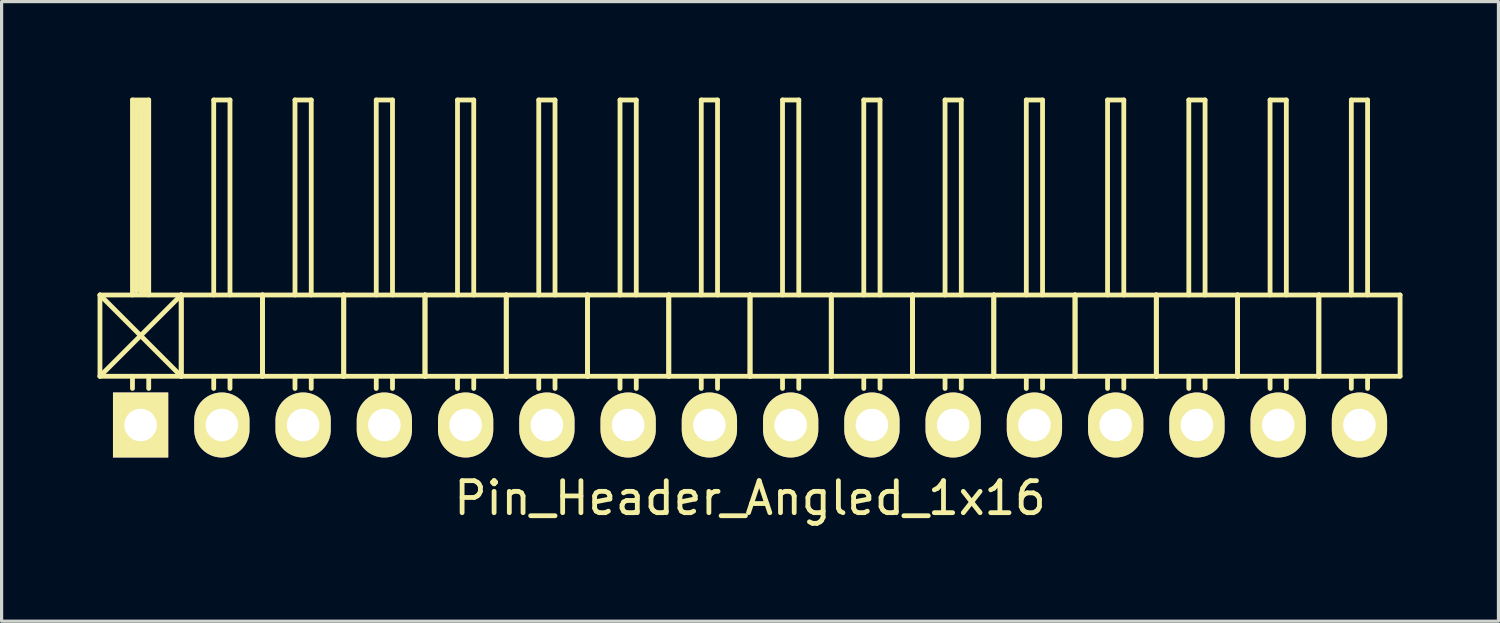
<source format=kicad_pcb>
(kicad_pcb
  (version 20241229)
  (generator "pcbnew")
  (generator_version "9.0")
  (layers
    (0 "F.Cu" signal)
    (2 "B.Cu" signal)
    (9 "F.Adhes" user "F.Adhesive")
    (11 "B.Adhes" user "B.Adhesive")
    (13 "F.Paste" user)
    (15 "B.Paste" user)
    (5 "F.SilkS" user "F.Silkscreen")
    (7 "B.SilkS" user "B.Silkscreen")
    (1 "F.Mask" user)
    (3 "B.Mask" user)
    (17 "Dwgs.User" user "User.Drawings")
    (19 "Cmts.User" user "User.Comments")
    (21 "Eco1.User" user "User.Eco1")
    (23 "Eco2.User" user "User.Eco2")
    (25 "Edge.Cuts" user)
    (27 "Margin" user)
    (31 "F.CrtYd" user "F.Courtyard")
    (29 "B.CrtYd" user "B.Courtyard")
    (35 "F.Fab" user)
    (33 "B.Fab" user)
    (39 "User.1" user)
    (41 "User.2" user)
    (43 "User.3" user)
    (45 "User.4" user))
  (footprint "Pin_Header_Angled_1x16"
    (layer "F.Cu")
    (at 20.395 10.235)
    (property "Reference" "Pin_Header_Angled_1x16" (at 0 2.286 0) (layer "F.SilkS") (effects (font (size 1 1) (thickness 0.15))))
    (attr through_hole)
    (fp_line (start -20.32 -4.064) (end -17.78 -1.524) (stroke (width 0.15) (type solid)) (layer "F.SilkS"))
    (fp_line (start -20.32 -1.524) (end -20.32 -4.064) (stroke (width 0.15) (type solid)) (layer "F.SilkS"))
    (fp_line (start -20.32 -1.524) (end -17.78 -1.524) (stroke (width 0.15) (type solid)) (layer "F.SilkS"))
    (fp_line (start -19.304 -10.16) (end -18.796 -10.16) (stroke (width 0.15) (type solid)) (layer "F.SilkS"))
    (fp_line (start -19.304 -4.064) (end -19.304 -10.16) (stroke (width 0.15) (type solid)) (layer "F.SilkS"))
    (fp_line (start -19.304 -1.524) (end -19.304 -1.143) (stroke (width 0.15) (type solid)) (layer "F.SilkS"))
    (fp_line (start -19.177 -10.033) (end -18.923 -10.033) (stroke (width 0.15) (type solid)) (layer "F.SilkS"))
    (fp_line (start -19.177 -4.191) (end -19.177 -10.033) (stroke (width 0.15) (type solid)) (layer "F.SilkS"))
    (fp_line (start -19.05 -4.191) (end -19.05 -10.033) (stroke (width 0.15) (type solid)) (layer "F.SilkS"))
    (fp_line (start -18.923 -10.033) (end -18.923 -4.191) (stroke (width 0.15) (type solid)) (layer "F.SilkS"))
    (fp_line (start -18.923 -4.191) (end -19.05 -4.191) (stroke (width 0.15) (type solid)) (layer "F.SilkS"))
    (fp_line (start -18.796 -10.16) (end -18.796 -4.064) (stroke (width 0.15) (type solid)) (layer "F.SilkS"))
    (fp_line (start -18.796 -1.524) (end -18.796 -1.143) (stroke (width 0.15) (type solid)) (layer "F.SilkS"))
    (fp_line (start -17.78 -4.064) (end -20.32 -4.064) (stroke (width 0.15) (type solid)) (layer "F.SilkS"))
    (fp_line (start -17.78 -4.064) (end -20.32 -1.524) (stroke (width 0.15) (type solid)) (layer "F.SilkS"))
    (fp_line (start -17.78 -1.524) (end -17.78 -4.064) (stroke (width 0.15) (type solid)) (layer "F.SilkS"))
    (fp_line (start -17.78 -1.524) (end -17.78 -4.064) (stroke (width 0.15) (type solid)) (layer "F.SilkS"))
    (fp_line (start -17.78 -1.524) (end -15.24 -1.524) (stroke (width 0.15) (type solid)) (layer "F.SilkS"))
    (fp_line (start -16.764 -10.16) (end -16.256 -10.16) (stroke (width 0.15) (type solid)) (layer "F.SilkS"))
    (fp_line (start -16.764 -4.064) (end -16.764 -10.16) (stroke (width 0.15) (type solid)) (layer "F.SilkS"))
    (fp_line (start -16.764 -1.524) (end -16.764 -1.143) (stroke (width 0.15) (type solid)) (layer "F.SilkS"))
    (fp_line (start -16.256 -10.16) (end -16.256 -4.064) (stroke (width 0.15) (type solid)) (layer "F.SilkS"))
    (fp_line (start -16.256 -1.524) (end -16.256 -1.143) (stroke (width 0.15) (type solid)) (layer "F.SilkS"))
    (fp_line (start -15.24 -4.064) (end -17.78 -4.064) (stroke (width 0.15) (type solid)) (layer "F.SilkS"))
    (fp_line (start -15.24 -1.524) (end -15.24 -4.064) (stroke (width 0.15) (type solid)) (layer "F.SilkS"))
    (fp_line (start -15.24 -1.524) (end -15.24 -4.064) (stroke (width 0.15) (type solid)) (layer "F.SilkS"))
    (fp_line (start -15.24 -1.524) (end -12.7 -1.524) (stroke (width 0.15) (type solid)) (layer "F.SilkS"))
    (fp_line (start -14.224 -10.16) (end -13.716 -10.16) (stroke (width 0.15) (type solid)) (layer "F.SilkS"))
    (fp_line (start -14.224 -4.064) (end -14.224 -10.16) (stroke (width 0.15) (type solid)) (layer "F.SilkS"))
    (fp_line (start -14.224 -1.524) (end -14.224 -1.143) (stroke (width 0.15) (type solid)) (layer "F.SilkS"))
    (fp_line (start -13.716 -10.16) (end -13.716 -4.064) (stroke (width 0.15) (type solid)) (layer "F.SilkS"))
    (fp_line (start -13.716 -1.524) (end -13.716 -1.143) (stroke (width 0.15) (type solid)) (layer "F.SilkS"))
    (fp_line (start -12.7 -4.064) (end -15.24 -4.064) (stroke (width 0.15) (type solid)) (layer "F.SilkS"))
    (fp_line (start -12.7 -1.524) (end -12.7 -4.064) (stroke (width 0.15) (type solid)) (layer "F.SilkS"))
    (fp_line (start -12.7 -1.524) (end -12.7 -4.064) (stroke (width 0.15) (type solid)) (layer "F.SilkS"))
    (fp_line (start -12.7 -1.524) (end -10.16 -1.524) (stroke (width 0.15) (type solid)) (layer "F.SilkS"))
    (fp_line (start -11.684 -10.16) (end -11.176 -10.16) (stroke (width 0.15) (type solid)) (layer "F.SilkS"))
    (fp_line (start -11.684 -4.064) (end -11.684 -10.16) (stroke (width 0.15) (type solid)) (layer "F.SilkS"))
    (fp_line (start -11.684 -1.524) (end -11.684 -1.143) (stroke (width 0.15) (type solid)) (layer "F.SilkS"))
    (fp_line (start -11.176 -10.16) (end -11.176 -4.064) (stroke (width 0.15) (type solid)) (layer "F.SilkS"))
    (fp_line (start -11.176 -1.524) (end -11.176 -1.143) (stroke (width 0.15) (type solid)) (layer "F.SilkS"))
    (fp_line (start -10.16 -4.064) (end -12.7 -4.064) (stroke (width 0.15) (type solid)) (layer "F.SilkS"))
    (fp_line (start -10.16 -1.524) (end -10.16 -4.064) (stroke (width 0.15) (type solid)) (layer "F.SilkS"))
    (fp_line (start -10.16 -1.524) (end -10.16 -4.064) (stroke (width 0.15) (type solid)) (layer "F.SilkS"))
    (fp_line (start -10.16 -1.524) (end -7.62 -1.524) (stroke (width 0.15) (type solid)) (layer "F.SilkS"))
    (fp_line (start -9.144 -10.16) (end -8.636 -10.16) (stroke (width 0.15) (type solid)) (layer "F.SilkS"))
    (fp_line (start -9.144 -4.064) (end -9.144 -10.16) (stroke (width 0.15) (type solid)) (layer "F.SilkS"))
    (fp_line (start -9.144 -1.524) (end -9.144 -1.143) (stroke (width 0.15) (type solid)) (layer "F.SilkS"))
    (fp_line (start -8.636 -10.16) (end -8.636 -4.064) (stroke (width 0.15) (type solid)) (layer "F.SilkS"))
    (fp_line (start -8.636 -1.524) (end -8.636 -1.143) (stroke (width 0.15) (type solid)) (layer "F.SilkS"))
    (fp_line (start -7.62 -4.064) (end -10.16 -4.064) (stroke (width 0.15) (type solid)) (layer "F.SilkS"))
    (fp_line (start -7.62 -1.524) (end -7.62 -4.064) (stroke (width 0.15) (type solid)) (layer "F.SilkS"))
    (fp_line (start -7.62 -1.524) (end -7.62 -4.064) (stroke (width 0.15) (type solid)) (layer "F.SilkS"))
    (fp_line (start -7.62 -1.524) (end -5.08 -1.524) (stroke (width 0.15) (type solid)) (layer "F.SilkS"))
    (fp_line (start -6.604 -10.16) (end -6.096 -10.16) (stroke (width 0.15) (type solid)) (layer "F.SilkS"))
    (fp_line (start -6.604 -4.064) (end -6.604 -10.16) (stroke (width 0.15) (type solid)) (layer "F.SilkS"))
    (fp_line (start -6.604 -1.524) (end -6.604 -1.143) (stroke (width 0.15) (type solid)) (layer "F.SilkS"))
    (fp_line (start -6.096 -10.16) (end -6.096 -4.064) (stroke (width 0.15) (type solid)) (layer "F.SilkS"))
    (fp_line (start -6.096 -1.524) (end -6.096 -1.143) (stroke (width 0.15) (type solid)) (layer "F.SilkS"))
    (fp_line (start -5.08 -4.064) (end -7.62 -4.064) (stroke (width 0.15) (type solid)) (layer "F.SilkS"))
    (fp_line (start -5.08 -1.524) (end -5.08 -4.064) (stroke (width 0.15) (type solid)) (layer "F.SilkS"))
    (fp_line (start -5.08 -1.524) (end -5.08 -4.064) (stroke (width 0.15) (type solid)) (layer "F.SilkS"))
    (fp_line (start -5.08 -1.524) (end -2.54 -1.524) (stroke (width 0.15) (type solid)) (layer "F.SilkS"))
    (fp_line (start -4.064 -10.16) (end -3.556 -10.16) (stroke (width 0.15) (type solid)) (layer "F.SilkS"))
    (fp_line (start -4.064 -4.064) (end -4.064 -10.16) (stroke (width 0.15) (type solid)) (layer "F.SilkS"))
    (fp_line (start -4.064 -1.524) (end -4.064 -1.143) (stroke (width 0.15) (type solid)) (layer "F.SilkS"))
    (fp_line (start -3.556 -10.16) (end -3.556 -4.064) (stroke (width 0.15) (type solid)) (layer "F.SilkS"))
    (fp_line (start -3.556 -1.524) (end -3.556 -1.143) (stroke (width 0.15) (type solid)) (layer "F.SilkS"))
    (fp_line (start -2.54 -4.064) (end -5.08 -4.064) (stroke (width 0.15) (type solid)) (layer "F.SilkS"))
    (fp_line (start -2.54 -1.524) (end -2.54 -4.064) (stroke (width 0.15) (type solid)) (layer "F.SilkS"))
    (fp_line (start -2.54 -1.524) (end -2.54 -4.064) (stroke (width 0.15) (type solid)) (layer "F.SilkS"))
    (fp_line (start -2.54 -1.524) (end 0 -1.524) (stroke (width 0.15) (type solid)) (layer "F.SilkS"))
    (fp_line (start -1.524 -10.16) (end -1.016 -10.16) (stroke (width 0.15) (type solid)) (layer "F.SilkS"))
    (fp_line (start -1.524 -4.064) (end -1.524 -10.16) (stroke (width 0.15) (type solid)) (layer "F.SilkS"))
    (fp_line (start -1.524 -1.524) (end -1.524 -1.143) (stroke (width 0.15) (type solid)) (layer "F.SilkS"))
    (fp_line (start -1.016 -10.16) (end -1.016 -4.064) (stroke (width 0.15) (type solid)) (layer "F.SilkS"))
    (fp_line (start -1.016 -1.524) (end -1.016 -1.143) (stroke (width 0.15) (type solid)) (layer "F.SilkS"))
    (fp_line (start 0 -4.064) (end -2.54 -4.064) (stroke (width 0.15) (type solid)) (layer "F.SilkS"))
    (fp_line (start 0 -1.524) (end 0 -4.064) (stroke (width 0.15) (type solid)) (layer "F.SilkS"))
    (fp_line (start 0 -1.524) (end 0 -4.064) (stroke (width 0.15) (type solid)) (layer "F.SilkS"))
    (fp_line (start 0 -1.524) (end 2.54 -1.524) (stroke (width 0.15) (type solid)) (layer "F.SilkS"))
    (fp_line (start 1.016 -10.16) (end 1.524 -10.16) (stroke (width 0.15) (type solid)) (layer "F.SilkS"))
    (fp_line (start 1.016 -4.064) (end 1.016 -10.16) (stroke (width 0.15) (type solid)) (layer "F.SilkS"))
    (fp_line (start 1.016 -1.524) (end 1.016 -1.143) (stroke (width 0.15) (type solid)) (layer "F.SilkS"))
    (fp_line (start 1.524 -10.16) (end 1.524 -4.064) (stroke (width 0.15) (type solid)) (layer "F.SilkS"))
    (fp_line (start 1.524 -1.524) (end 1.524 -1.143) (stroke (width 0.15) (type solid)) (layer "F.SilkS"))
    (fp_line (start 2.54 -4.064) (end 0 -4.064) (stroke (width 0.15) (type solid)) (layer "F.SilkS"))
    (fp_line (start 2.54 -1.524) (end 2.54 -4.064) (stroke (width 0.15) (type solid)) (layer "F.SilkS"))
    (fp_line (start 2.54 -1.524) (end 2.54 -4.064) (stroke (width 0.15) (type solid)) (layer "F.SilkS"))
    (fp_line (start 2.54 -1.524) (end 5.08 -1.524) (stroke (width 0.15) (type solid)) (layer "F.SilkS"))
    (fp_line (start 3.556 -10.16) (end 4.064 -10.16) (stroke (width 0.15) (type solid)) (layer "F.SilkS"))
    (fp_line (start 3.556 -4.064) (end 3.556 -10.16) (stroke (width 0.15) (type solid)) (layer "F.SilkS"))
    (fp_line (start 3.556 -1.524) (end 3.556 -1.143) (stroke (width 0.15) (type solid)) (layer "F.SilkS"))
    (fp_line (start 4.064 -10.16) (end 4.064 -4.064) (stroke (width 0.15) (type solid)) (layer "F.SilkS"))
    (fp_line (start 4.064 -1.524) (end 4.064 -1.143) (stroke (width 0.15) (type solid)) (layer "F.SilkS"))
    (fp_line (start 5.08 -4.064) (end 2.54 -4.064) (stroke (width 0.15) (type solid)) (layer "F.SilkS"))
    (fp_line (start 5.08 -1.524) (end 5.08 -4.064) (stroke (width 0.15) (type solid)) (layer "F.SilkS"))
    (fp_line (start 5.08 -1.524) (end 5.08 -4.064) (stroke (width 0.15) (type solid)) (layer "F.SilkS"))
    (fp_line (start 5.08 -1.524) (end 7.62 -1.524) (stroke (width 0.15) (type solid)) (layer "F.SilkS"))
    (fp_line (start 6.096 -10.16) (end 6.604 -10.16) (stroke (width 0.15) (type solid)) (layer "F.SilkS"))
    (fp_line (start 6.096 -4.064) (end 6.096 -10.16) (stroke (width 0.15) (type solid)) (layer "F.SilkS"))
    (fp_line (start 6.096 -1.524) (end 6.096 -1.143) (stroke (width 0.15) (type solid)) (layer "F.SilkS"))
    (fp_line (start 6.604 -10.16) (end 6.604 -4.064) (stroke (width 0.15) (type solid)) (layer "F.SilkS"))
    (fp_line (start 6.604 -1.524) (end 6.604 -1.143) (stroke (width 0.15) (type solid)) (layer "F.SilkS"))
    (fp_line (start 7.62 -4.064) (end 5.08 -4.064) (stroke (width 0.15) (type solid)) (layer "F.SilkS"))
    (fp_line (start 7.62 -1.524) (end 7.62 -4.064) (stroke (width 0.15) (type solid)) (layer "F.SilkS"))
    (fp_line (start 7.62 -1.524) (end 7.62 -4.064) (stroke (width 0.15) (type solid)) (layer "F.SilkS"))
    (fp_line (start 7.62 -1.524) (end 10.16 -1.524) (stroke (width 0.15) (type solid)) (layer "F.SilkS"))
    (fp_line (start 8.636 -10.16) (end 9.144 -10.16) (stroke (width 0.15) (type solid)) (layer "F.SilkS"))
    (fp_line (start 8.636 -4.064) (end 8.636 -10.16) (stroke (width 0.15) (type solid)) (layer "F.SilkS"))
    (fp_line (start 8.636 -1.524) (end 8.636 -1.143) (stroke (width 0.15) (type solid)) (layer "F.SilkS"))
    (fp_line (start 9.144 -10.16) (end 9.144 -4.064) (stroke (width 0.15) (type solid)) (layer "F.SilkS"))
    (fp_line (start 9.144 -1.524) (end 9.144 -1.143) (stroke (width 0.15) (type solid)) (layer "F.SilkS"))
    (fp_line (start 10.16 -4.064) (end 7.62 -4.064) (stroke (width 0.15) (type solid)) (layer "F.SilkS"))
    (fp_line (start 10.16 -1.524) (end 10.16 -4.064) (stroke (width 0.15) (type solid)) (layer "F.SilkS"))
    (fp_line (start 10.16 -1.524) (end 10.16 -4.064) (stroke (width 0.15) (type solid)) (layer "F.SilkS"))
    (fp_line (start 10.16 -1.524) (end 12.7 -1.524) (stroke (width 0.15) (type solid)) (layer "F.SilkS"))
    (fp_line (start 11.176 -10.16) (end 11.684 -10.16) (stroke (width 0.15) (type solid)) (layer "F.SilkS"))
    (fp_line (start 11.176 -4.064) (end 11.176 -10.16) (stroke (width 0.15) (type solid)) (layer "F.SilkS"))
    (fp_line (start 11.176 -1.524) (end 11.176 -1.143) (stroke (width 0.15) (type solid)) (layer "F.SilkS"))
    (fp_line (start 11.684 -10.16) (end 11.684 -4.064) (stroke (width 0.15) (type solid)) (layer "F.SilkS"))
    (fp_line (start 11.684 -1.524) (end 11.684 -1.143) (stroke (width 0.15) (type solid)) (layer "F.SilkS"))
    (fp_line (start 12.7 -4.064) (end 10.16 -4.064) (stroke (width 0.15) (type solid)) (layer "F.SilkS"))
    (fp_line (start 12.7 -1.524) (end 12.7 -4.064) (stroke (width 0.15) (type solid)) (layer "F.SilkS"))
    (fp_line (start 12.7 -1.524) (end 12.7 -4.064) (stroke (width 0.15) (type solid)) (layer "F.SilkS"))
    (fp_line (start 12.7 -1.524) (end 15.24 -1.524) (stroke (width 0.15) (type solid)) (layer "F.SilkS"))
    (fp_line (start 13.716 -10.16) (end 14.224 -10.16) (stroke (width 0.15) (type solid)) (layer "F.SilkS"))
    (fp_line (start 13.716 -4.064) (end 13.716 -10.16) (stroke (width 0.15) (type solid)) (layer "F.SilkS"))
    (fp_line (start 13.716 -1.524) (end 13.716 -1.143) (stroke (width 0.15) (type solid)) (layer "F.SilkS"))
    (fp_line (start 14.224 -10.16) (end 14.224 -4.064) (stroke (width 0.15) (type solid)) (layer "F.SilkS"))
    (fp_line (start 14.224 -1.524) (end 14.224 -1.143) (stroke (width 0.15) (type solid)) (layer "F.SilkS"))
    (fp_line (start 15.24 -4.064) (end 12.7 -4.064) (stroke (width 0.15) (type solid)) (layer "F.SilkS"))
    (fp_line (start 15.24 -1.524) (end 15.24 -4.064) (stroke (width 0.15) (type solid)) (layer "F.SilkS"))
    (fp_line (start 15.24 -1.524) (end 15.24 -4.064) (stroke (width 0.15) (type solid)) (layer "F.SilkS"))
    (fp_line (start 15.24 -1.524) (end 17.78 -1.524) (stroke (width 0.15) (type solid)) (layer "F.SilkS"))
    (fp_line (start 16.256 -10.16) (end 16.764 -10.16) (stroke (width 0.15) (type solid)) (layer "F.SilkS"))
    (fp_line (start 16.256 -4.064) (end 16.256 -10.16) (stroke (width 0.15) (type solid)) (layer "F.SilkS"))
    (fp_line (start 16.256 -1.524) (end 16.256 -1.143) (stroke (width 0.15) (type solid)) (layer "F.SilkS"))
    (fp_line (start 16.764 -10.16) (end 16.764 -4.064) (stroke (width 0.15) (type solid)) (layer "F.SilkS"))
    (fp_line (start 16.764 -1.524) (end 16.764 -1.143) (stroke (width 0.15) (type solid)) (layer "F.SilkS"))
    (fp_line (start 17.78 -4.064) (end 15.24 -4.064) (stroke (width 0.15) (type solid)) (layer "F.SilkS"))
    (fp_line (start 17.78 -1.524) (end 17.78 -4.064) (stroke (width 0.15) (type solid)) (layer "F.SilkS"))
    (fp_line (start 17.78 -1.524) (end 17.78 -4.064) (stroke (width 0.15) (type solid)) (layer "F.SilkS"))
    (fp_line (start 17.78 -1.524) (end 20.32 -1.524) (stroke (width 0.15) (type solid)) (layer "F.SilkS"))
    (fp_line (start 18.796 -10.16) (end 19.304 -10.16) (stroke (width 0.15) (type solid)) (layer "F.SilkS"))
    (fp_line (start 18.796 -4.064) (end 18.796 -10.16) (stroke (width 0.15) (type solid)) (layer "F.SilkS"))
    (fp_line (start 18.796 -1.524) (end 18.796 -1.143) (stroke (width 0.15) (type solid)) (layer "F.SilkS"))
    (fp_line (start 19.304 -10.16) (end 19.304 -4.064) (stroke (width 0.15) (type solid)) (layer "F.SilkS"))
    (fp_line (start 19.304 -1.524) (end 19.304 -1.143) (stroke (width 0.15) (type solid)) (layer "F.SilkS"))
    (fp_line (start 20.32 -4.064) (end 17.78 -4.064) (stroke (width 0.15) (type solid)) (layer "F.SilkS"))
    (fp_line (start 20.32 -1.524) (end 20.32 -4.064) (stroke (width 0.15) (type solid)) (layer "F.SilkS"))
    (pad "1" thru_hole rect (at -19.05 0) (size 1.727 2.032) (drill 1.016) (layers "*.Cu" "*.Mask" "F.SilkS"))
    (pad "2" thru_hole oval (at -16.51 0) (size 1.727 2.032) (drill 1.016) (layers "*.Cu" "*.Mask" "F.SilkS"))
    (pad "3" thru_hole oval (at -13.97 0) (size 1.727 2.032) (drill 1.016) (layers "*.Cu" "*.Mask" "F.SilkS"))
    (pad "4" thru_hole oval (at -11.43 0) (size 1.727 2.032) (drill 1.016) (layers "*.Cu" "*.Mask" "F.SilkS"))
    (pad "5" thru_hole oval (at -8.89 0) (size 1.727 2.032) (drill 1.016) (layers "*.Cu" "*.Mask" "F.SilkS"))
    (pad "6" thru_hole oval (at -6.35 0) (size 1.727 2.032) (drill 1.016) (layers "*.Cu" "*.Mask" "F.SilkS"))
    (pad "7" thru_hole oval (at -3.81 0) (size 1.727 2.032) (drill 1.016) (layers "*.Cu" "*.Mask" "F.SilkS"))
    (pad "8" thru_hole oval (at -1.27 0) (size 1.727 2.032) (drill 1.016) (layers "*.Cu" "*.Mask" "F.SilkS"))
    (pad "9" thru_hole oval (at 1.27 0) (size 1.727 2.032) (drill 1.016) (layers "*.Cu" "*.Mask" "F.SilkS"))
    (pad "10" thru_hole oval (at 3.81 0) (size 1.727 2.032) (drill 1.016) (layers "*.Cu" "*.Mask" "F.SilkS"))
    (pad "11" thru_hole oval (at 6.35 0) (size 1.727 2.032) (drill 1.016) (layers "*.Cu" "*.Mask" "F.SilkS"))
    (pad "12" thru_hole oval (at 8.89 0) (size 1.727 2.032) (drill 1.016) (layers "*.Cu" "*.Mask" "F.SilkS"))
    (pad "13" thru_hole oval (at 11.43 0) (size 1.727 2.032) (drill 1.016) (layers "*.Cu" "*.Mask" "F.SilkS"))
    (pad "14" thru_hole oval (at 13.97 0) (size 1.727 2.032) (drill 1.016) (layers "*.Cu" "*.Mask" "F.SilkS"))
    (pad "15" thru_hole oval (at 16.51 0) (size 1.727 2.032) (drill 1.016) (layers "*.Cu" "*.Mask" "F.SilkS"))
    (pad "16" thru_hole oval (at 19.05 0) (size 1.727 2.032) (drill 1.016) (layers "*.Cu" "*.Mask" "F.SilkS")))
  (gr_rect
    (start -3 -3)
    (end 43.79 16.369)
    (stroke (width 0.1) (type default))
    (fill no)
    (layer "Edge.Cuts")))
</source>
